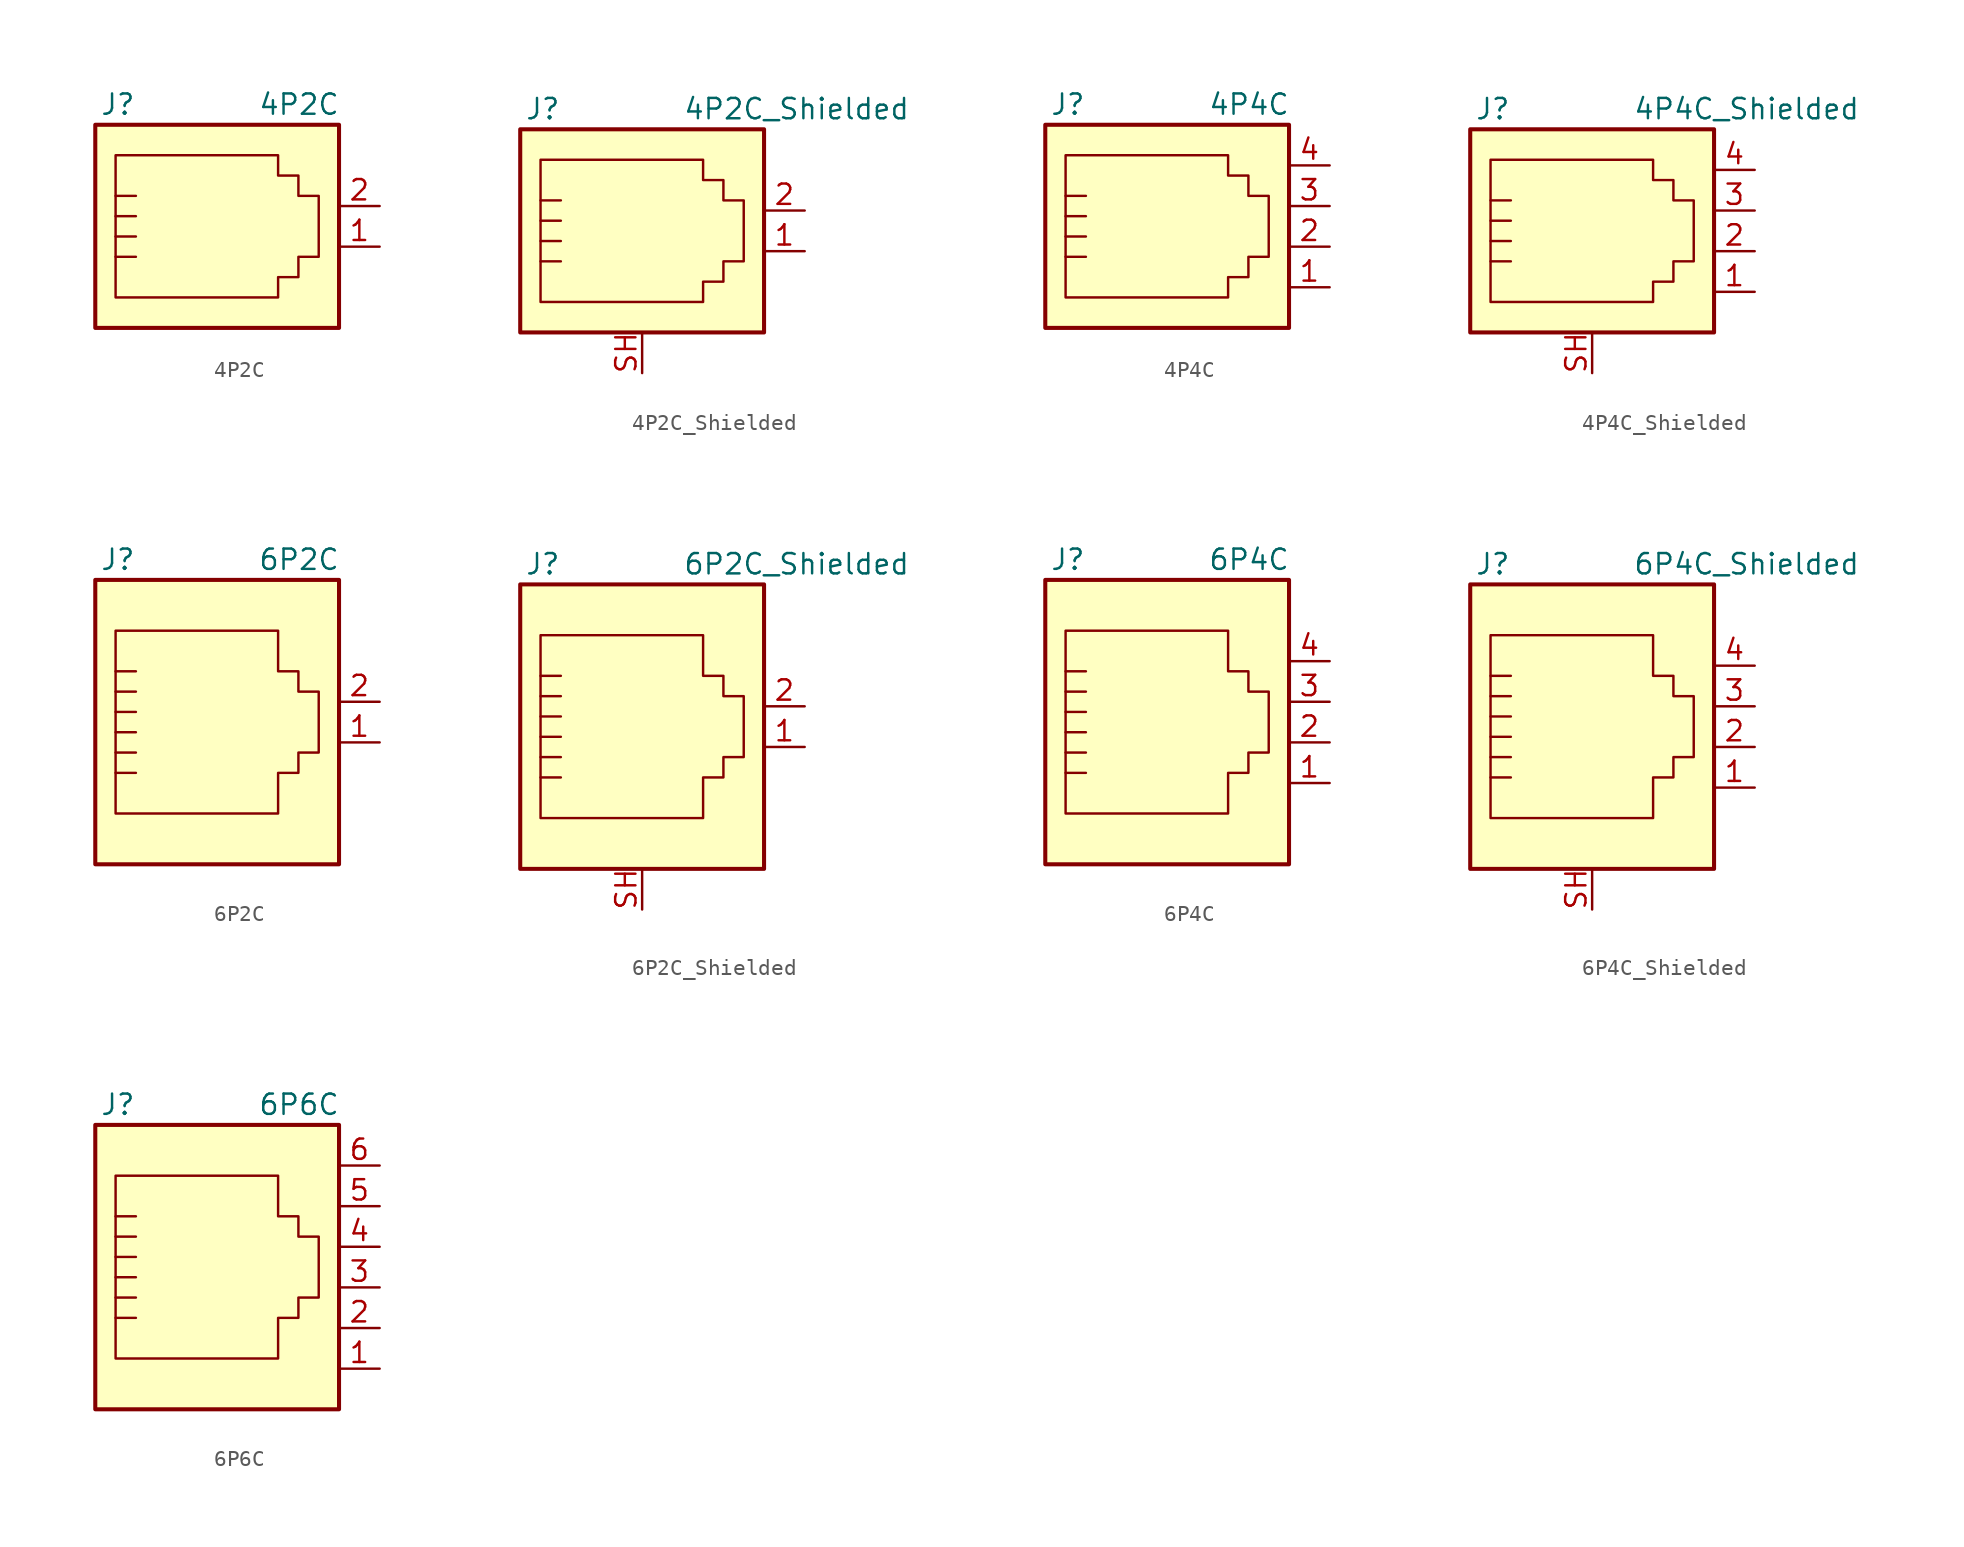
<source format=kicad_sym>
(kicad_symbol_lib
  (version 20220914)
  (generator kicad_symbol_editor)
  (symbol "4P2C"
    (pin_names
      (offset 1.016))
    (property "Reference" "J"
      (at -5.08 8.89 0)
      (effects (font (size 1.27 1.27)) (justify right)))
    (property "Value" "4P2C"
      (at 2.54 8.89 0)
      (effects (font (size 1.27 1.27)) (justify left)))
    (symbol "4P2C_0_1"
      (polyline (pts (xy -6.35 -0.635) (xy -5.08 -0.635) (xy -5.08 -0.635)) (stroke (width 0) (type solid)) (fill (type none)))
      (polyline (pts (xy -6.35 0.635) (xy -5.08 0.635) (xy -5.08 0.635)) (stroke (width 0) (type solid)) (fill (type none)))
      (polyline (pts (xy -6.35 1.905) (xy -5.08 1.905) (xy -5.08 1.905)) (stroke (width 0) (type solid)) (fill (type none)))
      (polyline (pts (xy -6.35 3.175) (xy -5.08 3.175) (xy -5.08 3.175)) (stroke (width 0) (type solid)) (fill (type none)))
      (polyline (pts (xy -6.35 -3.175) (xy -6.35 5.715) (xy -1.27 5.715) (xy 3.81 5.715) (xy 3.81 4.445) (xy 5.08 4.445) (xy 5.08 3.175) (xy 6.35 3.175) (xy 6.35 -0.635) (xy 5.08 -0.635) (xy 5.08 -1.905) (xy 3.81 -1.905) (xy 3.81 -3.175) (xy -6.35 -3.175) (xy -6.35 -3.175)) (stroke (width 0) (type solid)) (fill (type none)))
      (rectangle (start 7.62 7.62) (end -7.62 -5.08) (stroke (width 0.254) (type solid)) (fill (type background))))
    (symbol "4P2C_1_1"
      (pin passive line (at 10.16 0 180) (length 2.54) (name "~" (effects (font (size 1.27 1.27)))) (number "1" (effects (font (size 1.27 1.27)))))
      (pin passive line (at 10.16 2.54 180) (length 2.54) (name "~" (effects (font (size 1.27 1.27)))) (number "2" (effects (font (size 1.27 1.27)))))))
  (symbol "4P2C_Shielded"
    (pin_names
      (offset 1.016))
    (property "Reference" "J"
      (at -5.08 8.89 0)
      (effects (font (size 1.27 1.27)) (justify right)))
    (property "Value" "4P2C_Shielded"
      (at 2.54 8.89 0)
      (effects (font (size 1.27 1.27)) (justify left)))
    (symbol "4P2C_Shielded_0_1"
      (polyline (pts (xy -6.35 -0.635) (xy -5.08 -0.635) (xy -5.08 -0.635)) (stroke (width 0) (type solid)) (fill (type none)))
      (polyline (pts (xy -6.35 0.635) (xy -5.08 0.635) (xy -5.08 0.635)) (stroke (width 0) (type solid)) (fill (type none)))
      (polyline (pts (xy -6.35 1.905) (xy -5.08 1.905) (xy -5.08 1.905)) (stroke (width 0) (type solid)) (fill (type none)))
      (polyline (pts (xy -6.35 3.175) (xy -5.08 3.175) (xy -5.08 3.175)) (stroke (width 0) (type solid)) (fill (type none)))
      (polyline (pts (xy -6.35 -3.175) (xy -6.35 5.715) (xy -1.27 5.715) (xy 3.81 5.715) (xy 3.81 4.445) (xy 5.08 4.445) (xy 5.08 3.175) (xy 6.35 3.175) (xy 6.35 -0.635) (xy 5.08 -0.635) (xy 5.08 -1.905) (xy 3.81 -1.905) (xy 3.81 -3.175) (xy -6.35 -3.175) (xy -6.35 -3.175)) (stroke (width 0) (type solid)) (fill (type none)))
      (rectangle (start 7.62 7.62) (end -7.62 -5.08) (stroke (width 0.254) (type solid)) (fill (type background))))
    (symbol "4P2C_Shielded_1_1"
      (pin passive line (at 10.16 0 180) (length 2.54) (name "~" (effects (font (size 1.27 1.27)))) (number "1" (effects (font (size 1.27 1.27)))))
      (pin passive line (at 10.16 2.54 180) (length 2.54) (name "~" (effects (font (size 1.27 1.27)))) (number "2" (effects (font (size 1.27 1.27)))))
      (pin passive line (at 0 -7.62 90) (length 2.54) (name "~" (effects (font (size 1.27 1.27)))) (number "SH" (effects (font (size 1.27 1.27)))))))
  (symbol "4P4C"
    (pin_names
      (offset 1.016))
    (property "Reference" "J"
      (at -5.08 8.89 0)
      (effects (font (size 1.27 1.27)) (justify right)))
    (property "Value" "4P4C"
      (at 2.54 8.89 0)
      (effects (font (size 1.27 1.27)) (justify left)))
    (symbol "4P4C_0_1"
      (polyline (pts (xy -6.35 -0.635) (xy -5.08 -0.635) (xy -5.08 -0.635)) (stroke (width 0) (type solid)) (fill (type none)))
      (polyline (pts (xy -6.35 0.635) (xy -5.08 0.635) (xy -5.08 0.635)) (stroke (width 0) (type solid)) (fill (type none)))
      (polyline (pts (xy -6.35 1.905) (xy -5.08 1.905) (xy -5.08 1.905)) (stroke (width 0) (type solid)) (fill (type none)))
      (polyline (pts (xy -6.35 3.175) (xy -5.08 3.175) (xy -5.08 3.175)) (stroke (width 0) (type solid)) (fill (type none)))
      (polyline (pts (xy -6.35 -3.175) (xy -6.35 5.715) (xy -1.27 5.715) (xy 3.81 5.715) (xy 3.81 4.445) (xy 5.08 4.445) (xy 5.08 3.175) (xy 6.35 3.175) (xy 6.35 -0.635) (xy 5.08 -0.635) (xy 5.08 -1.905) (xy 3.81 -1.905) (xy 3.81 -3.175) (xy -6.35 -3.175) (xy -6.35 -3.175)) (stroke (width 0) (type solid)) (fill (type none)))
      (rectangle (start 7.62 7.62) (end -7.62 -5.08) (stroke (width 0.254) (type solid)) (fill (type background))))
    (symbol "4P4C_1_1"
      (pin passive line (at 10.16 -2.54 180) (length 2.54) (name "~" (effects (font (size 1.27 1.27)))) (number "1" (effects (font (size 1.27 1.27)))))
      (pin passive line (at 10.16 0 180) (length 2.54) (name "~" (effects (font (size 1.27 1.27)))) (number "2" (effects (font (size 1.27 1.27)))))
      (pin passive line (at 10.16 2.54 180) (length 2.54) (name "~" (effects (font (size 1.27 1.27)))) (number "3" (effects (font (size 1.27 1.27)))))
      (pin passive line (at 10.16 5.08 180) (length 2.54) (name "~" (effects (font (size 1.27 1.27)))) (number "4" (effects (font (size 1.27 1.27)))))))
  (symbol "4P4C_Shielded"
    (pin_names
      (offset 1.016))
    (property "Reference" "J"
      (at -5.08 8.89 0)
      (effects (font (size 1.27 1.27)) (justify right)))
    (property "Value" "4P4C_Shielded"
      (at 2.54 8.89 0)
      (effects (font (size 1.27 1.27)) (justify left)))
    (symbol "4P4C_Shielded_0_1"
      (polyline (pts (xy -6.35 -0.635) (xy -5.08 -0.635) (xy -5.08 -0.635)) (stroke (width 0) (type solid)) (fill (type none)))
      (polyline (pts (xy -6.35 0.635) (xy -5.08 0.635) (xy -5.08 0.635)) (stroke (width 0) (type solid)) (fill (type none)))
      (polyline (pts (xy -6.35 1.905) (xy -5.08 1.905) (xy -5.08 1.905)) (stroke (width 0) (type solid)) (fill (type none)))
      (polyline (pts (xy -6.35 3.175) (xy -5.08 3.175) (xy -5.08 3.175)) (stroke (width 0) (type solid)) (fill (type none)))
      (polyline (pts (xy -6.35 -3.175) (xy -6.35 5.715) (xy -1.27 5.715) (xy 3.81 5.715) (xy 3.81 4.445) (xy 5.08 4.445) (xy 5.08 3.175) (xy 6.35 3.175) (xy 6.35 -0.635) (xy 5.08 -0.635) (xy 5.08 -1.905) (xy 3.81 -1.905) (xy 3.81 -3.175) (xy -6.35 -3.175) (xy -6.35 -3.175)) (stroke (width 0) (type solid)) (fill (type none)))
      (rectangle (start 7.62 7.62) (end -7.62 -5.08) (stroke (width 0.254) (type solid)) (fill (type background))))
    (symbol "4P4C_Shielded_1_1"
      (pin passive line (at 10.16 -2.54 180) (length 2.54) (name "~" (effects (font (size 1.27 1.27)))) (number "1" (effects (font (size 1.27 1.27)))))
      (pin passive line (at 10.16 0 180) (length 2.54) (name "~" (effects (font (size 1.27 1.27)))) (number "2" (effects (font (size 1.27 1.27)))))
      (pin passive line (at 10.16 2.54 180) (length 2.54) (name "~" (effects (font (size 1.27 1.27)))) (number "3" (effects (font (size 1.27 1.27)))))
      (pin passive line (at 10.16 5.08 180) (length 2.54) (name "~" (effects (font (size 1.27 1.27)))) (number "4" (effects (font (size 1.27 1.27)))))
      (pin passive line (at 0 -7.62 90) (length 2.54) (name "~" (effects (font (size 1.27 1.27)))) (number "SH" (effects (font (size 1.27 1.27)))))))
  (symbol "6P2C"
    (pin_names
      (offset 1.016))
    (property "Reference" "J"
      (at -5.08 11.43 0)
      (effects (font (size 1.27 1.27)) (justify right)))
    (property "Value" "6P2C"
      (at 2.54 11.43 0)
      (effects (font (size 1.27 1.27)) (justify left)))
    (symbol "6P2C_0_1"
      (polyline (pts (xy -6.35 -1.905) (xy -5.08 -1.905) (xy -5.08 -1.905)) (stroke (width 0) (type solid)) (fill (type none)))
      (polyline (pts (xy -6.35 -0.635) (xy -5.08 -0.635) (xy -5.08 -0.635)) (stroke (width 0) (type solid)) (fill (type none)))
      (polyline (pts (xy -6.35 0.635) (xy -5.08 0.635) (xy -5.08 0.635)) (stroke (width 0) (type solid)) (fill (type none)))
      (polyline (pts (xy -6.35 1.905) (xy -5.08 1.905) (xy -5.08 1.905)) (stroke (width 0) (type solid)) (fill (type none)))
      (polyline (pts (xy -6.35 3.175) (xy -5.08 3.175) (xy -5.08 3.175)) (stroke (width 0) (type solid)) (fill (type none)))
      (polyline (pts (xy -5.08 4.445) (xy -6.35 4.445) (xy -6.35 4.445)) (stroke (width 0) (type solid)) (fill (type none)))
      (polyline (pts (xy -6.35 -4.445) (xy -6.35 6.985) (xy 3.81 6.985) (xy 3.81 4.445) (xy 5.08 4.445) (xy 5.08 3.175) (xy 6.35 3.175) (xy 6.35 -0.635) (xy 5.08 -0.635) (xy 5.08 -1.905) (xy 3.81 -1.905) (xy 3.81 -4.445) (xy -6.35 -4.445) (xy -6.35 -4.445)) (stroke (width 0) (type solid)) (fill (type none)))
      (rectangle (start 7.62 10.16) (end -7.62 -7.62) (stroke (width 0.254) (type solid)) (fill (type background))))
    (symbol "6P2C_1_1"
      (pin passive line (at 10.16 0 180) (length 2.54) (name "~" (effects (font (size 1.27 1.27)))) (number "1" (effects (font (size 1.27 1.27)))))
      (pin passive line (at 10.16 2.54 180) (length 2.54) (name "~" (effects (font (size 1.27 1.27)))) (number "2" (effects (font (size 1.27 1.27)))))))
  (symbol "6P2C_Shielded"
    (pin_names
      (offset 1.016))
    (property "Reference" "J"
      (at -5.08 11.43 0)
      (effects (font (size 1.27 1.27)) (justify right)))
    (property "Value" "6P2C_Shielded"
      (at 2.54 11.43 0)
      (effects (font (size 1.27 1.27)) (justify left)))
    (symbol "6P2C_Shielded_0_1"
      (polyline (pts (xy -6.35 -1.905) (xy -5.08 -1.905) (xy -5.08 -1.905)) (stroke (width 0) (type solid)) (fill (type none)))
      (polyline (pts (xy -6.35 -0.635) (xy -5.08 -0.635) (xy -5.08 -0.635)) (stroke (width 0) (type solid)) (fill (type none)))
      (polyline (pts (xy -6.35 0.635) (xy -5.08 0.635) (xy -5.08 0.635)) (stroke (width 0) (type solid)) (fill (type none)))
      (polyline (pts (xy -6.35 1.905) (xy -5.08 1.905) (xy -5.08 1.905)) (stroke (width 0) (type solid)) (fill (type none)))
      (polyline (pts (xy -6.35 3.175) (xy -5.08 3.175) (xy -5.08 3.175)) (stroke (width 0) (type solid)) (fill (type none)))
      (polyline (pts (xy -5.08 4.445) (xy -6.35 4.445) (xy -6.35 4.445)) (stroke (width 0) (type solid)) (fill (type none)))
      (polyline (pts (xy -6.35 -4.445) (xy -6.35 6.985) (xy 3.81 6.985) (xy 3.81 4.445) (xy 5.08 4.445) (xy 5.08 3.175) (xy 6.35 3.175) (xy 6.35 -0.635) (xy 5.08 -0.635) (xy 5.08 -1.905) (xy 3.81 -1.905) (xy 3.81 -4.445) (xy -6.35 -4.445) (xy -6.35 -4.445)) (stroke (width 0) (type solid)) (fill (type none)))
      (rectangle (start 7.62 10.16) (end -7.62 -7.62) (stroke (width 0.254) (type solid)) (fill (type background))))
    (symbol "6P2C_Shielded_1_1"
      (pin passive line (at 10.16 0 180) (length 2.54) (name "~" (effects (font (size 1.27 1.27)))) (number "1" (effects (font (size 1.27 1.27)))))
      (pin passive line (at 10.16 2.54 180) (length 2.54) (name "~" (effects (font (size 1.27 1.27)))) (number "2" (effects (font (size 1.27 1.27)))))
      (pin passive line (at 0 -10.16 90) (length 2.54) (name "~" (effects (font (size 1.27 1.27)))) (number "SH" (effects (font (size 1.27 1.27)))))))
  (symbol "6P4C"
    (pin_names
      (offset 1.016))
    (property "Reference" "J"
      (at -5.08 11.43 0)
      (effects (font (size 1.27 1.27)) (justify right)))
    (property "Value" "6P4C"
      (at 2.54 11.43 0)
      (effects (font (size 1.27 1.27)) (justify left)))
    (symbol "6P4C_0_1"
      (polyline (pts (xy -6.35 -1.905) (xy -5.08 -1.905) (xy -5.08 -1.905)) (stroke (width 0) (type solid)) (fill (type none)))
      (polyline (pts (xy -6.35 -0.635) (xy -5.08 -0.635) (xy -5.08 -0.635)) (stroke (width 0) (type solid)) (fill (type none)))
      (polyline (pts (xy -6.35 0.635) (xy -5.08 0.635) (xy -5.08 0.635)) (stroke (width 0) (type solid)) (fill (type none)))
      (polyline (pts (xy -6.35 1.905) (xy -5.08 1.905) (xy -5.08 1.905)) (stroke (width 0) (type solid)) (fill (type none)))
      (polyline (pts (xy -6.35 3.175) (xy -5.08 3.175) (xy -5.08 3.175)) (stroke (width 0) (type solid)) (fill (type none)))
      (polyline (pts (xy -5.08 4.445) (xy -6.35 4.445) (xy -6.35 4.445)) (stroke (width 0) (type solid)) (fill (type none)))
      (polyline (pts (xy -6.35 -4.445) (xy -6.35 6.985) (xy 3.81 6.985) (xy 3.81 4.445) (xy 5.08 4.445) (xy 5.08 3.175) (xy 6.35 3.175) (xy 6.35 -0.635) (xy 5.08 -0.635) (xy 5.08 -1.905) (xy 3.81 -1.905) (xy 3.81 -4.445) (xy -6.35 -4.445) (xy -6.35 -4.445)) (stroke (width 0) (type solid)) (fill (type none)))
      (rectangle (start 7.62 10.16) (end -7.62 -7.62) (stroke (width 0.254) (type solid)) (fill (type background))))
    (symbol "6P4C_1_1"
      (pin passive line (at 10.16 -2.54 180) (length 2.54) (name "~" (effects (font (size 1.27 1.27)))) (number "1" (effects (font (size 1.27 1.27)))))
      (pin passive line (at 10.16 0 180) (length 2.54) (name "~" (effects (font (size 1.27 1.27)))) (number "2" (effects (font (size 1.27 1.27)))))
      (pin passive line (at 10.16 2.54 180) (length 2.54) (name "~" (effects (font (size 1.27 1.27)))) (number "3" (effects (font (size 1.27 1.27)))))
      (pin passive line (at 10.16 5.08 180) (length 2.54) (name "~" (effects (font (size 1.27 1.27)))) (number "4" (effects (font (size 1.27 1.27)))))))
  (symbol "6P4C_Shielded"
    (pin_names
      (offset 1.016))
    (property "Reference" "J"
      (at -5.08 11.43 0)
      (effects (font (size 1.27 1.27)) (justify right)))
    (property "Value" "6P4C_Shielded"
      (at 2.54 11.43 0)
      (effects (font (size 1.27 1.27)) (justify left)))
    (symbol "6P4C_Shielded_0_1"
      (polyline (pts (xy -6.35 -1.905) (xy -5.08 -1.905) (xy -5.08 -1.905)) (stroke (width 0) (type solid)) (fill (type none)))
      (polyline (pts (xy -6.35 -0.635) (xy -5.08 -0.635) (xy -5.08 -0.635)) (stroke (width 0) (type solid)) (fill (type none)))
      (polyline (pts (xy -6.35 0.635) (xy -5.08 0.635) (xy -5.08 0.635)) (stroke (width 0) (type solid)) (fill (type none)))
      (polyline (pts (xy -6.35 1.905) (xy -5.08 1.905) (xy -5.08 1.905)) (stroke (width 0) (type solid)) (fill (type none)))
      (polyline (pts (xy -6.35 3.175) (xy -5.08 3.175) (xy -5.08 3.175)) (stroke (width 0) (type solid)) (fill (type none)))
      (polyline (pts (xy -5.08 4.445) (xy -6.35 4.445) (xy -6.35 4.445)) (stroke (width 0) (type solid)) (fill (type none)))
      (polyline (pts (xy -6.35 -4.445) (xy -6.35 6.985) (xy 3.81 6.985) (xy 3.81 4.445) (xy 5.08 4.445) (xy 5.08 3.175) (xy 6.35 3.175) (xy 6.35 -0.635) (xy 5.08 -0.635) (xy 5.08 -1.905) (xy 3.81 -1.905) (xy 3.81 -4.445) (xy -6.35 -4.445) (xy -6.35 -4.445)) (stroke (width 0) (type solid)) (fill (type none)))
      (rectangle (start 7.62 10.16) (end -7.62 -7.62) (stroke (width 0.254) (type solid)) (fill (type background))))
    (symbol "6P4C_Shielded_1_1"
      (pin passive line (at 10.16 -2.54 180) (length 2.54) (name "~" (effects (font (size 1.27 1.27)))) (number "1" (effects (font (size 1.27 1.27)))))
      (pin passive line (at 10.16 0 180) (length 2.54) (name "~" (effects (font (size 1.27 1.27)))) (number "2" (effects (font (size 1.27 1.27)))))
      (pin passive line (at 10.16 2.54 180) (length 2.54) (name "~" (effects (font (size 1.27 1.27)))) (number "3" (effects (font (size 1.27 1.27)))))
      (pin passive line (at 10.16 5.08 180) (length 2.54) (name "~" (effects (font (size 1.27 1.27)))) (number "4" (effects (font (size 1.27 1.27)))))
      (pin passive line (at 0 -10.16 90) (length 2.54) (name "~" (effects (font (size 1.27 1.27)))) (number "SH" (effects (font (size 1.27 1.27)))))))
  (symbol "6P6C"
    (pin_names
      (offset 1.016))
    (property "Reference" "J"
      (at -5.08 11.43 0)
      (effects (font (size 1.27 1.27)) (justify right)))
    (property "Value" "6P6C"
      (at 2.54 11.43 0)
      (effects (font (size 1.27 1.27)) (justify left)))
    (symbol "6P6C_0_1"
      (polyline (pts (xy -6.35 -1.905) (xy -5.08 -1.905) (xy -5.08 -1.905)) (stroke (width 0) (type solid)) (fill (type none)))
      (polyline (pts (xy -6.35 -0.635) (xy -5.08 -0.635) (xy -5.08 -0.635)) (stroke (width 0) (type solid)) (fill (type none)))
      (polyline (pts (xy -6.35 0.635) (xy -5.08 0.635) (xy -5.08 0.635)) (stroke (width 0) (type solid)) (fill (type none)))
      (polyline (pts (xy -6.35 1.905) (xy -5.08 1.905) (xy -5.08 1.905)) (stroke (width 0) (type solid)) (fill (type none)))
      (polyline (pts (xy -6.35 3.175) (xy -5.08 3.175) (xy -5.08 3.175)) (stroke (width 0) (type solid)) (fill (type none)))
      (polyline (pts (xy -5.08 4.445) (xy -6.35 4.445) (xy -6.35 4.445)) (stroke (width 0) (type solid)) (fill (type none)))
      (polyline (pts (xy -6.35 -4.445) (xy -6.35 6.985) (xy 3.81 6.985) (xy 3.81 4.445) (xy 5.08 4.445) (xy 5.08 3.175) (xy 6.35 3.175) (xy 6.35 -0.635) (xy 5.08 -0.635) (xy 5.08 -1.905) (xy 3.81 -1.905) (xy 3.81 -4.445) (xy -6.35 -4.445) (xy -6.35 -4.445)) (stroke (width 0) (type solid)) (fill (type none)))
      (rectangle (start 7.62 10.16) (end -7.62 -7.62) (stroke (width 0.254) (type solid)) (fill (type background))))
    (symbol "6P6C_1_1"
      (pin passive line (at 10.16 -5.08 180) (length 2.54) (name "~" (effects (font (size 1.27 1.27)))) (number "1" (effects (font (size 1.27 1.27)))))
      (pin passive line (at 10.16 -2.54 180) (length 2.54) (name "~" (effects (font (size 1.27 1.27)))) (number "2" (effects (font (size 1.27 1.27)))))
      (pin passive line (at 10.16 0 180) (length 2.54) (name "~" (effects (font (size 1.27 1.27)))) (number "3" (effects (font (size 1.27 1.27)))))
      (pin passive line (at 10.16 2.54 180) (length 2.54) (name "~" (effects (font (size 1.27 1.27)))) (number "4" (effects (font (size 1.27 1.27)))))
      (pin passive line (at 10.16 5.08 180) (length 2.54) (name "~" (effects (font (size 1.27 1.27)))) (number "5" (effects (font (size 1.27 1.27)))))
      (pin passive line (at 10.16 7.62 180) (length 2.54) (name "~" (effects (font (size 1.27 1.27)))) (number "6" (effects (font (size 1.27 1.27))))))))
</source>
